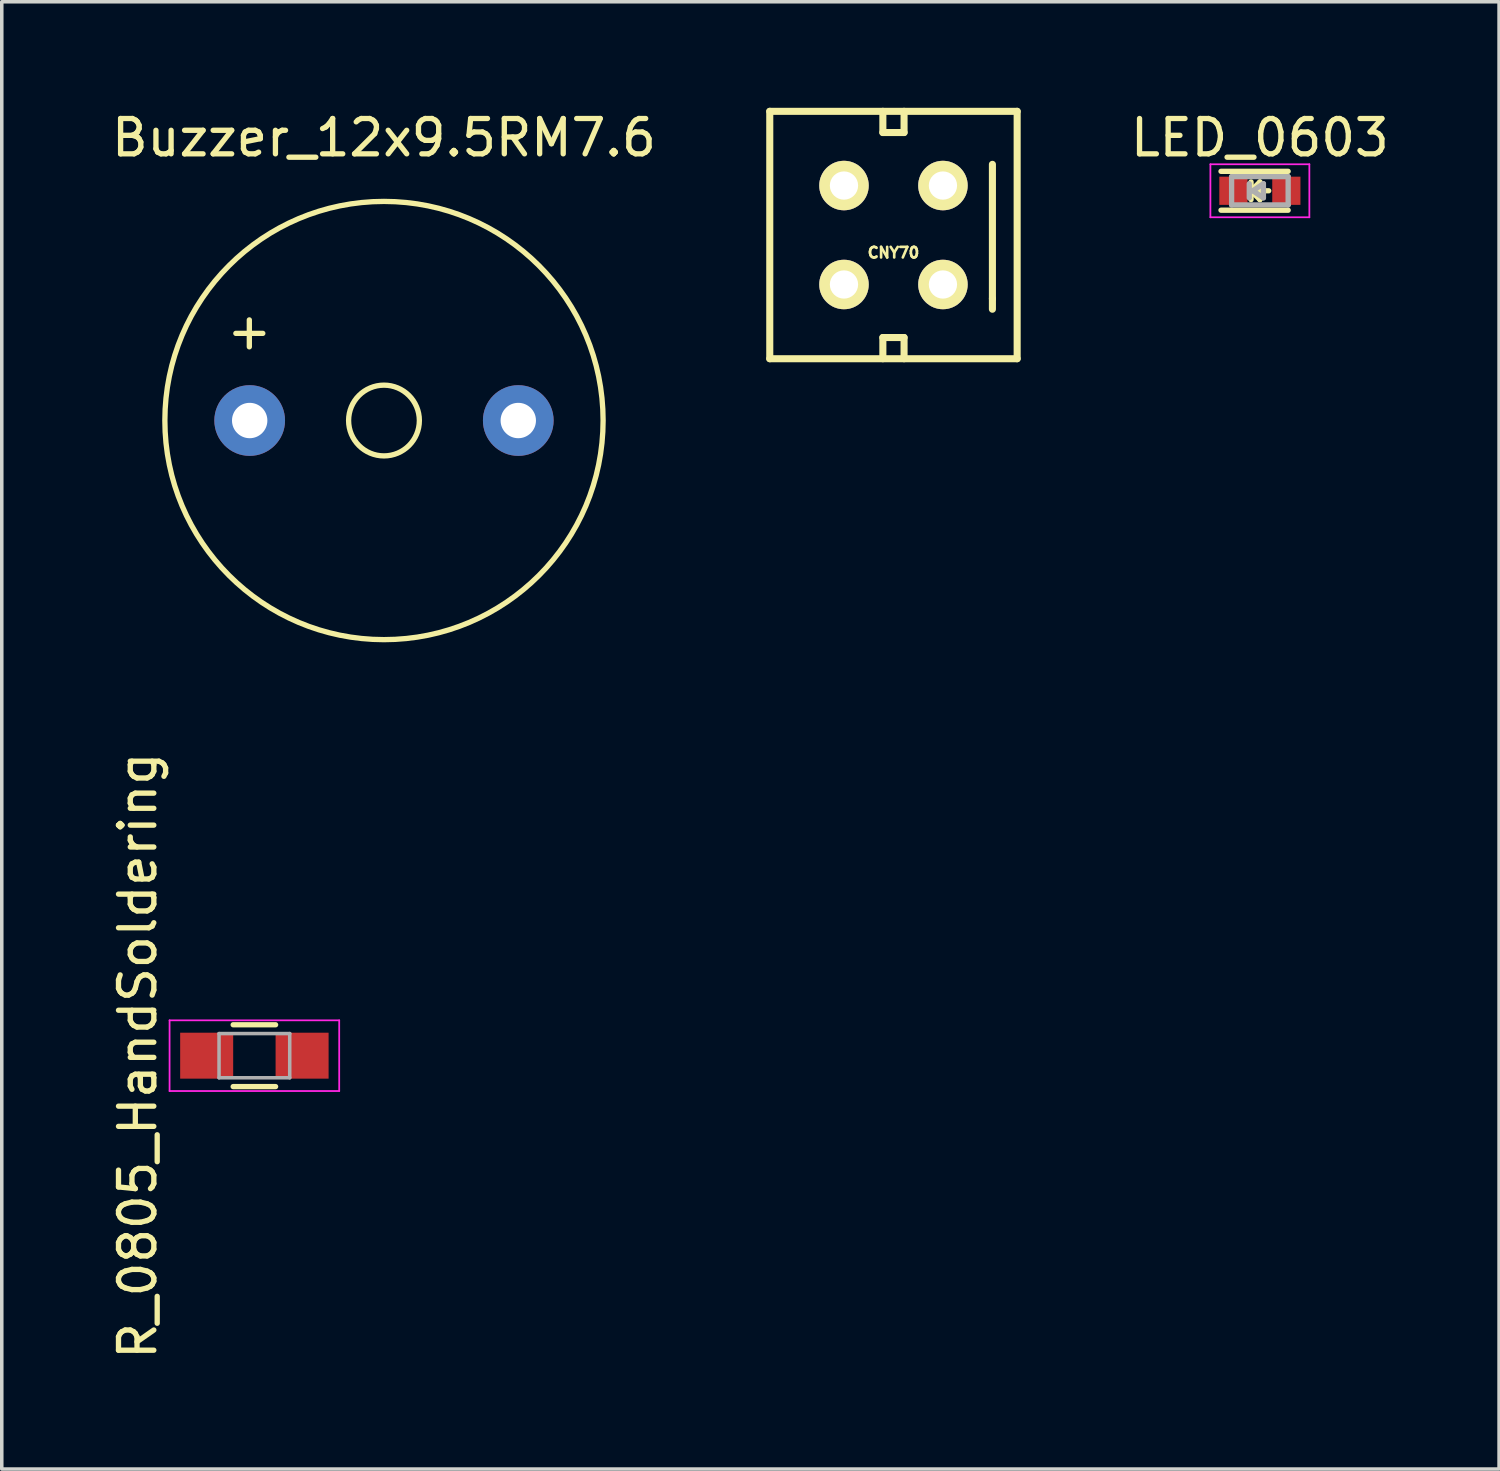
<source format=kicad_pcb>
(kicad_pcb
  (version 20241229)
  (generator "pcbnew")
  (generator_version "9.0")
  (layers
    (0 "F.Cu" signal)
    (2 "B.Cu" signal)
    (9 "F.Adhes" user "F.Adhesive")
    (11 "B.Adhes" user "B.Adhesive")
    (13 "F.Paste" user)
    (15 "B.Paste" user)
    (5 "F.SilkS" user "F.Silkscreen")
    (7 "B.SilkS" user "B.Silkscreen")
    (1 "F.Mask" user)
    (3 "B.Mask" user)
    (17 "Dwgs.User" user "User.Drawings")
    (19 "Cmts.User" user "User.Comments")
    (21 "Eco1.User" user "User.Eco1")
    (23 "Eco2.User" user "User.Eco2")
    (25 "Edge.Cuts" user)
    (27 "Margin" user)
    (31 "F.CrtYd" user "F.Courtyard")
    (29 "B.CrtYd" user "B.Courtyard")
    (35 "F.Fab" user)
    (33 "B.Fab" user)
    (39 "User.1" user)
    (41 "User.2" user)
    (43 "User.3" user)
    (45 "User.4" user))
  (footprint "LED_0603"
    (layer "F.Cu")
    (at 32.599 2.348)
    (property "Reference" "LED_0603" (at 0 -1.5 0) (layer "F.SilkS") (effects (font (size 1 1) (thickness 0.15))))
    (attr smd)
    (fp_line (start -1.1 -0.55) (end 0.8 -0.55) (stroke (width 0.15) (type solid)) (layer "F.SilkS"))
    (fp_line (start -1.1 0.55) (end 0.8 0.55) (stroke (width 0.15) (type solid)) (layer "F.SilkS"))
    (fp_line (start -0.25 -0.25) (end -0.25 0.25) (stroke (width 0.15) (type solid)) (layer "F.SilkS"))
    (fp_line (start -0.25 0) (end 0 -0.25) (stroke (width 0.15) (type solid)) (layer "F.SilkS"))
    (fp_line (start -0.2 0) (end 0.25 0) (stroke (width 0.15) (type solid)) (layer "F.SilkS"))
    (fp_line (start 0 -0.25) (end 0 0.25) (stroke (width 0.15) (type solid)) (layer "F.SilkS"))
    (fp_line (start 0 0.25) (end -0.25 0) (stroke (width 0.15) (type solid)) (layer "F.SilkS"))
    (fp_line (start -1.4 -0.75) (end 1.4 -0.75) (stroke (width 0.05) (type solid)) (layer "F.CrtYd"))
    (fp_line (start -1.4 0.75) (end -1.4 -0.75) (stroke (width 0.05) (type solid)) (layer "F.CrtYd"))
    (fp_line (start 1.4 -0.75) (end 1.4 0.75) (stroke (width 0.05) (type solid)) (layer "F.CrtYd"))
    (fp_line (start 1.4 0.75) (end -1.4 0.75) (stroke (width 0.05) (type solid)) (layer "F.CrtYd"))
    (fp_line (start -0.8 -0.4) (end 0.8 -0.4) (stroke (width 0.15) (type solid)) (layer "F.Fab"))
    (fp_line (start -0.8 0.4) (end -0.8 -0.4) (stroke (width 0.15) (type solid)) (layer "F.Fab"))
    (fp_line (start -0.3 -0.2) (end -0.3 0.2) (stroke (width 0.15) (type solid)) (layer "F.Fab"))
    (fp_line (start -0.2 0) (end 0.1 -0.2) (stroke (width 0.15) (type solid)) (layer "F.Fab"))
    (fp_line (start 0.1 -0.2) (end 0.1 0.2) (stroke (width 0.15) (type solid)) (layer "F.Fab"))
    (fp_line (start 0.1 0.2) (end -0.2 0) (stroke (width 0.15) (type solid)) (layer "F.Fab"))
    (fp_line (start 0.8 -0.4) (end 0.8 0.4) (stroke (width 0.15) (type solid)) (layer "F.Fab"))
    (fp_line (start 0.8 0.4) (end -0.8 0.4) (stroke (width 0.15) (type solid)) (layer "F.Fab"))
    (pad "1" smd rect (at -0.749 0 180) (size 0.798 0.798) (layers "F.Cu" "F.Mask" "F.Paste"))
    (pad "2" smd rect (at 0.749 0 180) (size 0.798 0.798) (layers "F.Cu" "F.Mask" "F.Paste")))
  (footprint "CNY70"
    (layer "F.Cu")
    (at 22.231 3.6)
    (property "Reference" "CNY70" (at 0 0.5 0) (layer "F.SilkS") (effects (font (size 0.3 0.3) (thickness 0.075))))
    (attr through_hole)
    (fp_line (start -3.5 -3.5) (end 3.5 -3.5) (stroke (width 0.2) (type solid)) (layer "F.SilkS"))
    (fp_line (start -3.5 3.5) (end -3.5 -3.5) (stroke (width 0.2) (type solid)) (layer "F.SilkS"))
    (fp_line (start -0.3 -3.5) (end -0.3 -2.9) (stroke (width 0.2) (type solid)) (layer "F.SilkS"))
    (fp_line (start -0.3 -2.9) (end 0.3 -2.9) (stroke (width 0.2) (type solid)) (layer "F.SilkS"))
    (fp_line (start -0.3 2.9) (end 0.3 2.9) (stroke (width 0.2) (type solid)) (layer "F.SilkS"))
    (fp_line (start -0.3 3.5) (end -0.3 2.9) (stroke (width 0.2) (type solid)) (layer "F.SilkS"))
    (fp_line (start 0.3 -2.9) (end 0.3 -3.5) (stroke (width 0.2) (type solid)) (layer "F.SilkS"))
    (fp_line (start 0.3 2.9) (end 0.3 3.5) (stroke (width 0.2) (type solid)) (layer "F.SilkS"))
    (fp_line (start 2.8 -2) (end 2.8 1.8) (stroke (width 0.2) (type solid)) (layer "F.SilkS"))
    (fp_line (start 2.8 1.8) (end 2.8 2.1) (stroke (width 0.2) (type solid)) (layer "F.SilkS"))
    (fp_line (start 3.5 -3.5) (end 3.5 3.5) (stroke (width 0.2) (type solid)) (layer "F.SilkS"))
    (fp_line (start 3.5 3.5) (end -3.5 3.5) (stroke (width 0.2) (type solid)) (layer "F.SilkS"))
    (pad "1" thru_hole circle (at -1.4 -1.4) (size 1.4 1.4) (drill 0.8) (layers "*.Cu" "*.Mask" "F.SilkS"))
    (pad "2" thru_hole circle (at -1.4 1.4) (size 1.4 1.4) (drill 0.8) (layers "*.Cu" "*.Mask" "F.SilkS"))
    (pad "3" thru_hole circle (at 1.4 1.4) (size 1.4 1.4) (drill 0.8) (layers "*.Cu" "*.Mask" "F.SilkS"))
    (pad "4" thru_hole circle (at 1.4 -1.4) (size 1.4 1.4) (drill 0.8) (layers "*.Cu" "*.Mask" "F.SilkS")))
  (footprint "Buzzer_12x9.5RM7.6"
    (layer "F.Cu")
    (at 7.815 8.849)
    (property "Reference" "Buzzer_12x9.5RM7.6" (at 0 -8.001 0) (layer "F.SilkS") (effects (font (size 1 1) (thickness 0.15))))
    (attr through_hole)
    (fp_circle (center 0 0) (end 1.001 0) (stroke (width 0.15) (type solid)) (fill no) (layer "F.SilkS"))
    (fp_circle (center 0 0) (end 6.2 0) (stroke (width 0.15) (type solid)) (fill no) (layer "F.SilkS"))
    (fp_text user "+" (at -3.81 -2.54 0) (layer "F.SilkS") (effects (font (size 1 1) (thickness 0.15))))
    (pad "1" thru_hole circle (at -3.8 0) (size 2 2) (drill 1.001) (layers "*.Cu" "*.Mask"))
    (pad "2" thru_hole circle (at 3.8 0) (size 2 2) (drill 1.001) (layers "*.Cu" "*.Mask")))
  (footprint "R_0805_HandSoldering"
    (layer "F.Cu")
    (at 4.148 26.821)
    (property "Reference" "R_0805_HandSoldering" (at -3.3 0 90) (layer "F.SilkS") (effects (font (size 1 1) (thickness 0.15))))
    (attr smd)
    (fp_line (start -0.6 -0.875) (end 0.6 -0.875) (stroke (width 0.15) (type solid)) (layer "F.SilkS"))
    (fp_line (start 0.6 0.875) (end -0.6 0.875) (stroke (width 0.15) (type solid)) (layer "F.SilkS"))
    (fp_line (start -2.4 -1) (end -2.4 1) (stroke (width 0.05) (type solid)) (layer "F.CrtYd"))
    (fp_line (start -2.4 -1) (end 2.4 -1) (stroke (width 0.05) (type solid)) (layer "F.CrtYd"))
    (fp_line (start -2.4 1) (end 2.4 1) (stroke (width 0.05) (type solid)) (layer "F.CrtYd"))
    (fp_line (start 2.4 -1) (end 2.4 1) (stroke (width 0.05) (type solid)) (layer "F.CrtYd"))
    (fp_line (start -1 -0.625) (end 1 -0.625) (stroke (width 0.1) (type solid)) (layer "F.Fab"))
    (fp_line (start -1 0.625) (end -1 -0.625) (stroke (width 0.1) (type solid)) (layer "F.Fab"))
    (fp_line (start 1 -0.625) (end 1 0.625) (stroke (width 0.1) (type solid)) (layer "F.Fab"))
    (fp_line (start 1 0.625) (end -1 0.625) (stroke (width 0.1) (type solid)) (layer "F.Fab"))
    (pad "1" smd rect (at -1.35 0) (size 1.5 1.3) (layers "F.Cu" "F.Mask" "F.Paste"))
    (pad "2" smd rect (at 1.35 0) (size 1.5 1.3) (layers "F.Cu" "F.Mask" "F.Paste")))
  (gr_rect
    (start -3 -3)
    (end 39.367 38.517)
    (stroke (width 0.1) (type default))
    (fill no)
    (layer "Edge.Cuts")))
</source>
